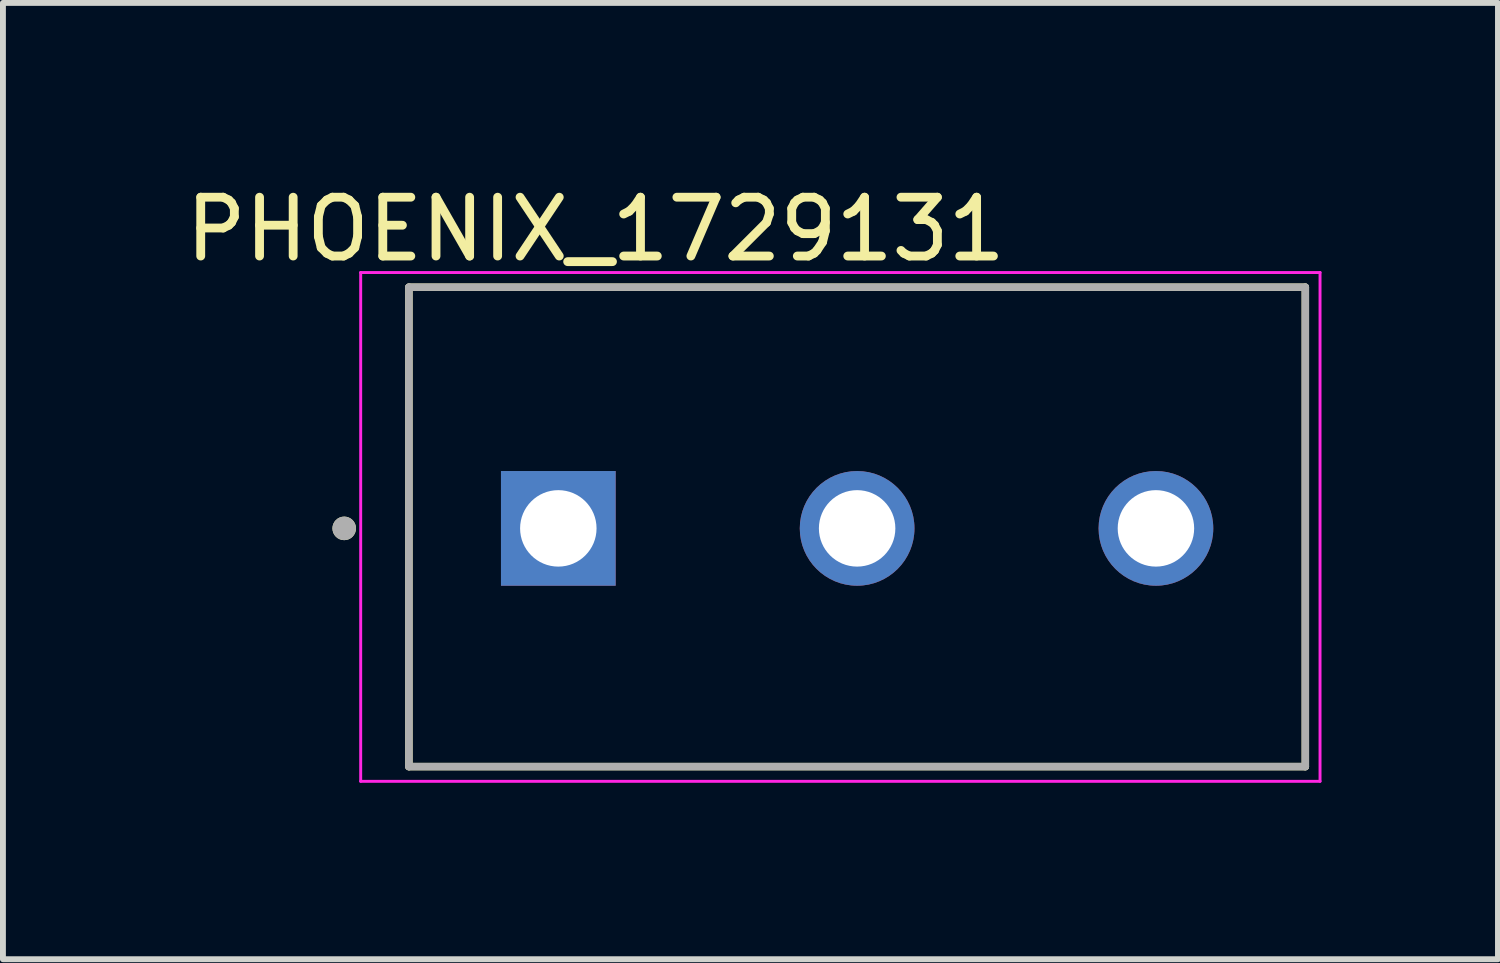
<source format=kicad_pcb>
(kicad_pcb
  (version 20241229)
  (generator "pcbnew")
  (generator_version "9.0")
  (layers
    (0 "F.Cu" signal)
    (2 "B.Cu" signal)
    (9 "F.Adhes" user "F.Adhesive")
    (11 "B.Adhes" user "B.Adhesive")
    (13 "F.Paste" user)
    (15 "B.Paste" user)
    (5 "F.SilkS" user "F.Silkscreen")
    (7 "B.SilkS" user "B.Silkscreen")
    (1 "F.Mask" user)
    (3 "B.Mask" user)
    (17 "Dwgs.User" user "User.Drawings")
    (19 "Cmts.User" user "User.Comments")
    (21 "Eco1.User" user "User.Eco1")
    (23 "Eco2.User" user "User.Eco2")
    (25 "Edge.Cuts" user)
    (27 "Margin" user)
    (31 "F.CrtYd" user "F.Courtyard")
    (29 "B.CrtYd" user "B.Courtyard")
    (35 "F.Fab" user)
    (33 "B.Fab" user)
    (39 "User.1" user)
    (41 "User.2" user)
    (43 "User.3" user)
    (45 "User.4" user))
  (footprint "PHOENIX_1729131"
    (layer "F.Cu")
    (at 3.902 9.983)
    (property "Reference" "PHOENIX_1729131" (at 3.175 -9.135 0) (layer "F.SilkS") (effects (font (size 1 1) (thickness 0.15))))
    (attr through_hole)
    (fp_line (start 0 -8.15) (end 0 0) (stroke (width 0.127) (type solid)) (layer "F.SilkS"))
    (fp_line (start 0 0) (end 15.24 0) (stroke (width 0.127) (type solid)) (layer "F.SilkS"))
    (fp_line (start 15.24 -8.15) (end 0 -8.15) (stroke (width 0.127) (type solid)) (layer "F.SilkS"))
    (fp_line (start 15.24 0) (end 15.24 -8.15) (stroke (width 0.127) (type solid)) (layer "F.SilkS"))
    (fp_circle (center -1.1 -4.05) (end -1 -4.05) (stroke (width 0.2) (type solid)) (fill no) (layer "F.SilkS"))
    (fp_line (start -0.82 -8.4) (end -0.82 0.25) (stroke (width 0.05) (type solid)) (layer "F.CrtYd"))
    (fp_line (start -0.82 0.25) (end 15.49 0.25) (stroke (width 0.05) (type solid)) (layer "F.CrtYd"))
    (fp_line (start 15.49 -8.4) (end -0.82 -8.4) (stroke (width 0.05) (type solid)) (layer "F.CrtYd"))
    (fp_line (start 15.49 0.25) (end 15.49 -8.4) (stroke (width 0.05) (type solid)) (layer "F.CrtYd"))
    (fp_line (start 0 -8.15) (end 0 0) (stroke (width 0.127) (type solid)) (layer "F.Fab"))
    (fp_line (start 0 0) (end 15.24 0) (stroke (width 0.127) (type solid)) (layer "F.Fab"))
    (fp_line (start 15.24 -8.15) (end 0 -8.15) (stroke (width 0.127) (type solid)) (layer "F.Fab"))
    (fp_line (start 15.24 0) (end 15.24 -8.15) (stroke (width 0.127) (type solid)) (layer "F.Fab"))
    (fp_circle (center -1.1 -4.05) (end -1 -4.05) (stroke (width 0.2) (type solid)) (fill no) (layer "F.Fab"))
    (pad "1" thru_hole rect (at 2.54 -4.05) (size 1.95 1.95) (drill 1.3) (layers "*.Cu" "*.Mask"))
    (pad "2" thru_hole circle (at 7.62 -4.05) (size 1.95 1.95) (drill 1.3) (layers "*.Cu" "*.Mask"))
    (pad "3" thru_hole circle (at 12.7 -4.05) (size 1.95 1.95) (drill 1.3) (layers "*.Cu" "*.Mask")))
  (gr_rect
    (start -3 -3)
    (end 22.417 13.258)
    (stroke (width 0.1) (type default))
    (fill no)
    (layer "Edge.Cuts")))
</source>
